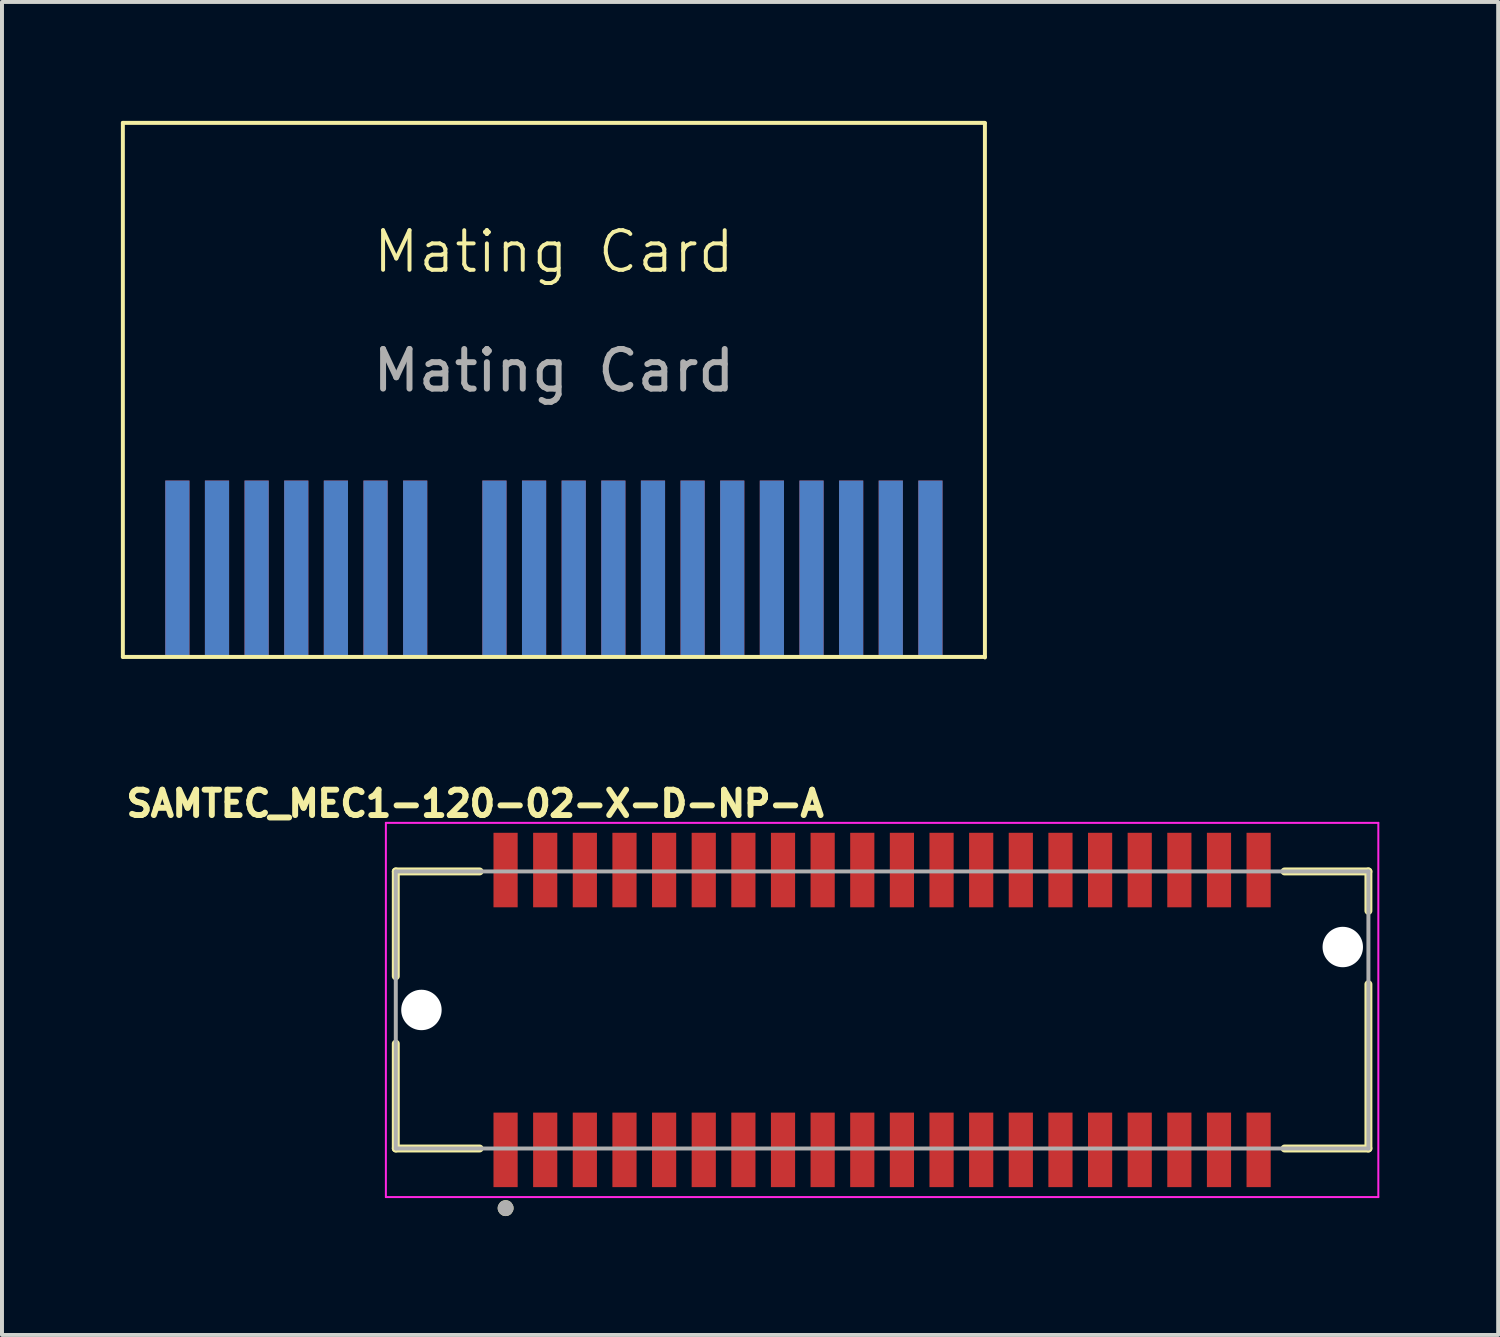
<source format=kicad_pcb>
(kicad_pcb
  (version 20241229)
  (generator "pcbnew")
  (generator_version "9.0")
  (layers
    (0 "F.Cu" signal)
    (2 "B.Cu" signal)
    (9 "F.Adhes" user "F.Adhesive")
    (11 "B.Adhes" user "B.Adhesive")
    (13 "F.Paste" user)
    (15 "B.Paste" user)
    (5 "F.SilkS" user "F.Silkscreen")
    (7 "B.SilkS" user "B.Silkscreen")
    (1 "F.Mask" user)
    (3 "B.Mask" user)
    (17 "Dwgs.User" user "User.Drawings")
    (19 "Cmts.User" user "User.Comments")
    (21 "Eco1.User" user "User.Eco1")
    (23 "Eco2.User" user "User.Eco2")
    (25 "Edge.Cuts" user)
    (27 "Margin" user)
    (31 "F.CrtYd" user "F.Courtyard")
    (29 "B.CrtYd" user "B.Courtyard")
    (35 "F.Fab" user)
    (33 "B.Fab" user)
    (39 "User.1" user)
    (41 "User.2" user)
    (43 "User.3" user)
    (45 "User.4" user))
  (footprint "Mating Card"
    (layer "F.Cu")
    (at 10.925 6.3)
    (property "Reference" "Mating Card" (at 0 -3 0) (unlocked yes) (layer "F.SilkS") (effects (font (size 1 1) (thickness 0.1))))
    (attr smd)
    (fp_line (start -10.875 -6.25) (end 10.875 -6.25) (stroke (width 0.1) (type solid)) (layer "F.SilkS"))
    (fp_line (start -10.875 7.225) (end -10.875 -6.25) (stroke (width 0.1) (type default)) (layer "F.SilkS"))
    (fp_line (start -10.875 7.225) (end 10.875 7.225) (stroke (width 0.1) (type solid)) (layer "F.SilkS"))
    (fp_line (start 10.875 7.237) (end 10.875 -6.237) (stroke (width 0.1) (type default)) (layer "F.SilkS"))
    (fp_text user "${REFERENCE}" (at 0 0 0) (unlocked yes) (layer "F.Fab") (effects (font (size 1 1) (thickness 0.15))))
    (pad "1" connect rect (at -9.5 5) (size 0.61 4.45) (layers "F.Cu" "F.Mask"))
    (pad "2" connect rect (at -9.5 5) (size 0.61 4.45) (layers "B.Cu" "B.Mask"))
    (pad "3" connect rect (at -8.5 5) (size 0.61 4.45) (layers "F.Cu" "F.Mask"))
    (pad "4" connect rect (at -8.5 5) (size 0.61 4.45) (layers "B.Cu" "B.Mask"))
    (pad "5" connect rect (at -7.5 5) (size 0.61 4.45) (layers "F.Cu" "F.Mask"))
    (pad "6" connect rect (at -7.5 5) (size 0.61 4.45) (layers "B.Cu" "B.Mask"))
    (pad "7" connect rect (at -6.5 5) (size 0.61 4.45) (layers "F.Cu" "F.Mask"))
    (pad "8" connect rect (at -6.5 5) (size 0.61 4.45) (layers "B.Cu" "B.Mask"))
    (pad "9" connect rect (at -5.5 5) (size 0.61 4.45) (layers "F.Cu" "F.Mask"))
    (pad "10" connect rect (at -5.5 5) (size 0.61 4.45) (layers "B.Cu" "B.Mask"))
    (pad "11" connect rect (at -4.5 5) (size 0.61 4.45) (layers "F.Cu" "F.Mask"))
    (pad "12" connect rect (at -4.5 5) (size 0.61 4.45) (layers "B.Cu" "B.Mask"))
    (pad "13" connect rect (at -3.5 5) (size 0.61 4.45) (layers "F.Cu" "F.Mask"))
    (pad "14" connect rect (at -3.5 5) (size 0.61 4.45) (layers "B.Cu" "B.Mask"))
    (pad "17" connect rect (at -1.5 5) (size 0.61 4.45) (layers "F.Cu" "F.Mask"))
    (pad "18" connect rect (at -1.5 5) (size 0.61 4.45) (layers "B.Cu" "B.Mask"))
    (pad "19" connect rect (at -0.5 5) (size 0.61 4.45) (layers "F.Cu" "F.Mask"))
    (pad "20" connect rect (at -0.5 5) (size 0.61 4.45) (layers "B.Cu" "B.Mask"))
    (pad "21" connect rect (at 0.5 5) (size 0.61 4.45) (layers "F.Cu" "F.Mask"))
    (pad "22" connect rect (at 0.5 5) (size 0.61 4.45) (layers "B.Cu" "B.Mask"))
    (pad "23" connect rect (at 1.5 5) (size 0.61 4.45) (layers "F.Cu" "F.Mask"))
    (pad "24" connect rect (at 1.5 5) (size 0.61 4.45) (layers "B.Cu" "B.Mask"))
    (pad "25" connect rect (at 2.5 5) (size 0.61 4.45) (layers "F.Cu" "F.Mask"))
    (pad "26" connect rect (at 2.5 5) (size 0.61 4.45) (layers "B.Cu" "B.Mask"))
    (pad "27" connect rect (at 3.5 5) (size 0.61 4.45) (layers "F.Cu" "F.Mask"))
    (pad "28" connect rect (at 3.5 5) (size 0.61 4.45) (layers "B.Cu" "B.Mask"))
    (pad "29" connect rect (at 4.5 5) (size 0.61 4.45) (layers "F.Cu" "F.Mask"))
    (pad "30" connect rect (at 4.5 5) (size 0.61 4.45) (layers "B.Cu" "B.Mask"))
    (pad "31" connect rect (at 5.5 5) (size 0.61 4.45) (layers "F.Cu" "F.Mask"))
    (pad "32" connect rect (at 5.5 5) (size 0.61 4.45) (layers "B.Cu" "B.Mask"))
    (pad "33" connect rect (at 6.5 5) (size 0.61 4.45) (layers "F.Cu" "F.Mask"))
    (pad "34" connect rect (at 6.5 5) (size 0.61 4.45) (layers "B.Cu" "B.Mask"))
    (pad "35" connect rect (at 7.5 5) (size 0.61 4.45) (layers "F.Cu" "F.Mask"))
    (pad "36" connect rect (at 7.5 5) (size 0.61 4.45) (layers "B.Cu" "B.Mask"))
    (pad "37" connect rect (at 8.5 5) (size 0.61 4.45) (layers "F.Cu" "F.Mask"))
    (pad "38" connect rect (at 8.5 5) (size 0.61 4.45) (layers "B.Cu" "B.Mask"))
    (pad "39" connect rect (at 9.5 5) (size 0.61 4.45) (layers "F.Cu" "F.Mask"))
    (pad "40" connect rect (at 9.5 5) (size 0.61 4.45) (layers "B.Cu" "B.Mask")))
  (footprint "SAMTEC_MEC1-120-02-X-D-NP-A"
    (layer "F.Cu")
    (at 19.206 22.432)
    (property "Reference" "SAMTEC_MEC1-120-02-X-D-NP-A" (at -10.268 -5.206 0) (layer "F.SilkS") (effects (font (size 0.64 0.64) (thickness 0.15))))
    (attr smd)
    (fp_line (start -12.27 -3.495) (end -10.155 -3.495) (stroke (width 0.2) (type solid)) (layer "F.SilkS"))
    (fp_line (start -12.27 -0.85) (end -12.27 -3.495) (stroke (width 0.2) (type solid)) (layer "F.SilkS"))
    (fp_line (start -12.27 3.495) (end -12.27 0.85) (stroke (width 0.2) (type solid)) (layer "F.SilkS"))
    (fp_line (start -10.155 3.495) (end -12.27 3.495) (stroke (width 0.2) (type solid)) (layer "F.SilkS"))
    (fp_line (start 10.155 -3.495) (end 12.27 -3.495) (stroke (width 0.2) (type solid)) (layer "F.SilkS"))
    (fp_line (start 12.27 -3.495) (end 12.27 -2.5) (stroke (width 0.2) (type solid)) (layer "F.SilkS"))
    (fp_line (start 12.27 -0.65) (end 12.27 3.495) (stroke (width 0.2) (type solid)) (layer "F.SilkS"))
    (fp_line (start 12.27 3.495) (end 10.155 3.495) (stroke (width 0.2) (type solid)) (layer "F.SilkS"))
    (fp_circle (center -9.499 5) (end -9.399 5) (stroke (width 0.2) (type solid)) (fill no) (layer "F.SilkS"))
    (fp_line (start -12.52 -4.721) (end -12.52 4.721) (stroke (width 0.05) (type solid)) (layer "F.CrtYd"))
    (fp_line (start -12.52 4.721) (end 12.52 4.721) (stroke (width 0.05) (type solid)) (layer "F.CrtYd"))
    (fp_line (start 12.52 -4.721) (end -12.52 -4.721) (stroke (width 0.05) (type solid)) (layer "F.CrtYd"))
    (fp_line (start 12.52 4.721) (end 12.52 -4.721) (stroke (width 0.05) (type solid)) (layer "F.CrtYd"))
    (fp_line (start -12.27 -3.495) (end 12.27 -3.495) (stroke (width 0.1) (type solid)) (layer "F.Fab"))
    (fp_line (start -12.27 3.495) (end -12.27 -3.495) (stroke (width 0.1) (type solid)) (layer "F.Fab"))
    (fp_line (start 12.27 -3.495) (end 12.27 3.495) (stroke (width 0.1) (type solid)) (layer "F.Fab"))
    (fp_line (start 12.27 3.495) (end -12.27 3.495) (stroke (width 0.1) (type solid)) (layer "F.Fab"))
    (fp_circle (center -9.499 5) (end -9.399 5) (stroke (width 0.2) (type solid)) (fill no) (layer "F.Fab"))
    (pad "" np_thru_hole circle (at -11.623 0) (size 1.02 1.02) (drill 1.02) (layers "*.Cu" "*.Mask"))
    (pad "" np_thru_hole circle (at 11.623 -1.588) (size 1.02 1.02) (drill 1.02) (layers "*.Cu" "*.Mask"))
    (pad "01" smd rect (at -9.5 3.53) (size 0.61 1.88) (layers "F.Cu" "F.Mask" "F.Paste"))
    (pad "02" smd rect (at -9.5 -3.53) (size 0.61 1.88) (layers "F.Cu" "F.Mask" "F.Paste"))
    (pad "03" smd rect (at -8.5 3.53) (size 0.61 1.88) (layers "F.Cu" "F.Mask" "F.Paste"))
    (pad "04" smd rect (at -8.5 -3.53) (size 0.61 1.88) (layers "F.Cu" "F.Mask" "F.Paste"))
    (pad "05" smd rect (at -7.5 3.53) (size 0.61 1.88) (layers "F.Cu" "F.Mask" "F.Paste"))
    (pad "06" smd rect (at -7.5 -3.53) (size 0.61 1.88) (layers "F.Cu" "F.Mask" "F.Paste"))
    (pad "07" smd rect (at -6.5 3.53) (size 0.61 1.88) (layers "F.Cu" "F.Mask" "F.Paste"))
    (pad "08" smd rect (at -6.5 -3.53) (size 0.61 1.88) (layers "F.Cu" "F.Mask" "F.Paste"))
    (pad "09" smd rect (at -5.5 3.53) (size 0.61 1.88) (layers "F.Cu" "F.Mask" "F.Paste"))
    (pad "10" smd rect (at -5.5 -3.53) (size 0.61 1.88) (layers "F.Cu" "F.Mask" "F.Paste"))
    (pad "11" smd rect (at -4.5 3.53) (size 0.61 1.88) (layers "F.Cu" "F.Mask" "F.Paste"))
    (pad "12" smd rect (at -4.5 -3.53) (size 0.61 1.88) (layers "F.Cu" "F.Mask" "F.Paste"))
    (pad "13" smd rect (at -3.5 3.53) (size 0.61 1.88) (layers "F.Cu" "F.Mask" "F.Paste"))
    (pad "14" smd rect (at -3.5 -3.53) (size 0.61 1.88) (layers "F.Cu" "F.Mask" "F.Paste"))
    (pad "15" smd rect (at -2.5 3.53) (size 0.61 1.88) (layers "F.Cu" "F.Mask" "F.Paste"))
    (pad "16" smd rect (at -2.5 -3.53) (size 0.61 1.88) (layers "F.Cu" "F.Mask" "F.Paste"))
    (pad "17" smd rect (at -1.5 3.53) (size 0.61 1.88) (layers "F.Cu" "F.Mask" "F.Paste"))
    (pad "18" smd rect (at -1.5 -3.53) (size 0.61 1.88) (layers "F.Cu" "F.Mask" "F.Paste"))
    (pad "19" smd rect (at -0.5 3.53) (size 0.61 1.88) (layers "F.Cu" "F.Mask" "F.Paste"))
    (pad "20" smd rect (at -0.5 -3.53) (size 0.61 1.88) (layers "F.Cu" "F.Mask" "F.Paste"))
    (pad "21" smd rect (at 0.5 3.53) (size 0.61 1.88) (layers "F.Cu" "F.Mask" "F.Paste"))
    (pad "22" smd rect (at 0.5 -3.53) (size 0.61 1.88) (layers "F.Cu" "F.Mask" "F.Paste"))
    (pad "23" smd rect (at 1.5 3.53) (size 0.61 1.88) (layers "F.Cu" "F.Mask" "F.Paste"))
    (pad "24" smd rect (at 1.5 -3.53) (size 0.61 1.88) (layers "F.Cu" "F.Mask" "F.Paste"))
    (pad "25" smd rect (at 2.5 3.53) (size 0.61 1.88) (layers "F.Cu" "F.Mask" "F.Paste"))
    (pad "26" smd rect (at 2.5 -3.53) (size 0.61 1.88) (layers "F.Cu" "F.Mask" "F.Paste"))
    (pad "27" smd rect (at 3.5 3.53) (size 0.61 1.88) (layers "F.Cu" "F.Mask" "F.Paste"))
    (pad "28" smd rect (at 3.5 -3.53) (size 0.61 1.88) (layers "F.Cu" "F.Mask" "F.Paste"))
    (pad "29" smd rect (at 4.5 3.53) (size 0.61 1.88) (layers "F.Cu" "F.Mask" "F.Paste"))
    (pad "30" smd rect (at 4.5 -3.53) (size 0.61 1.88) (layers "F.Cu" "F.Mask" "F.Paste"))
    (pad "31" smd rect (at 5.5 3.53) (size 0.61 1.88) (layers "F.Cu" "F.Mask" "F.Paste"))
    (pad "32" smd rect (at 5.5 -3.53) (size 0.61 1.88) (layers "F.Cu" "F.Mask" "F.Paste"))
    (pad "33" smd rect (at 6.5 3.53) (size 0.61 1.88) (layers "F.Cu" "F.Mask" "F.Paste"))
    (pad "34" smd rect (at 6.5 -3.53) (size 0.61 1.88) (layers "F.Cu" "F.Mask" "F.Paste"))
    (pad "35" smd rect (at 7.5 3.53) (size 0.61 1.88) (layers "F.Cu" "F.Mask" "F.Paste"))
    (pad "36" smd rect (at 7.5 -3.53) (size 0.61 1.88) (layers "F.Cu" "F.Mask" "F.Paste"))
    (pad "37" smd rect (at 8.5 3.53) (size 0.61 1.88) (layers "F.Cu" "F.Mask" "F.Paste"))
    (pad "38" smd rect (at 8.5 -3.53) (size 0.61 1.88) (layers "F.Cu" "F.Mask" "F.Paste"))
    (pad "39" smd rect (at 9.5 3.53) (size 0.61 1.88) (layers "F.Cu" "F.Mask" "F.Paste"))
    (pad "40" smd rect (at 9.5 -3.53) (size 0.61 1.88) (layers "F.Cu" "F.Mask" "F.Paste")))
  (gr_rect
    (start -3 -3)
    (end 34.75 30.632)
    (stroke (width 0.1) (type default))
    (fill no)
    (layer "Edge.Cuts")))
</source>
